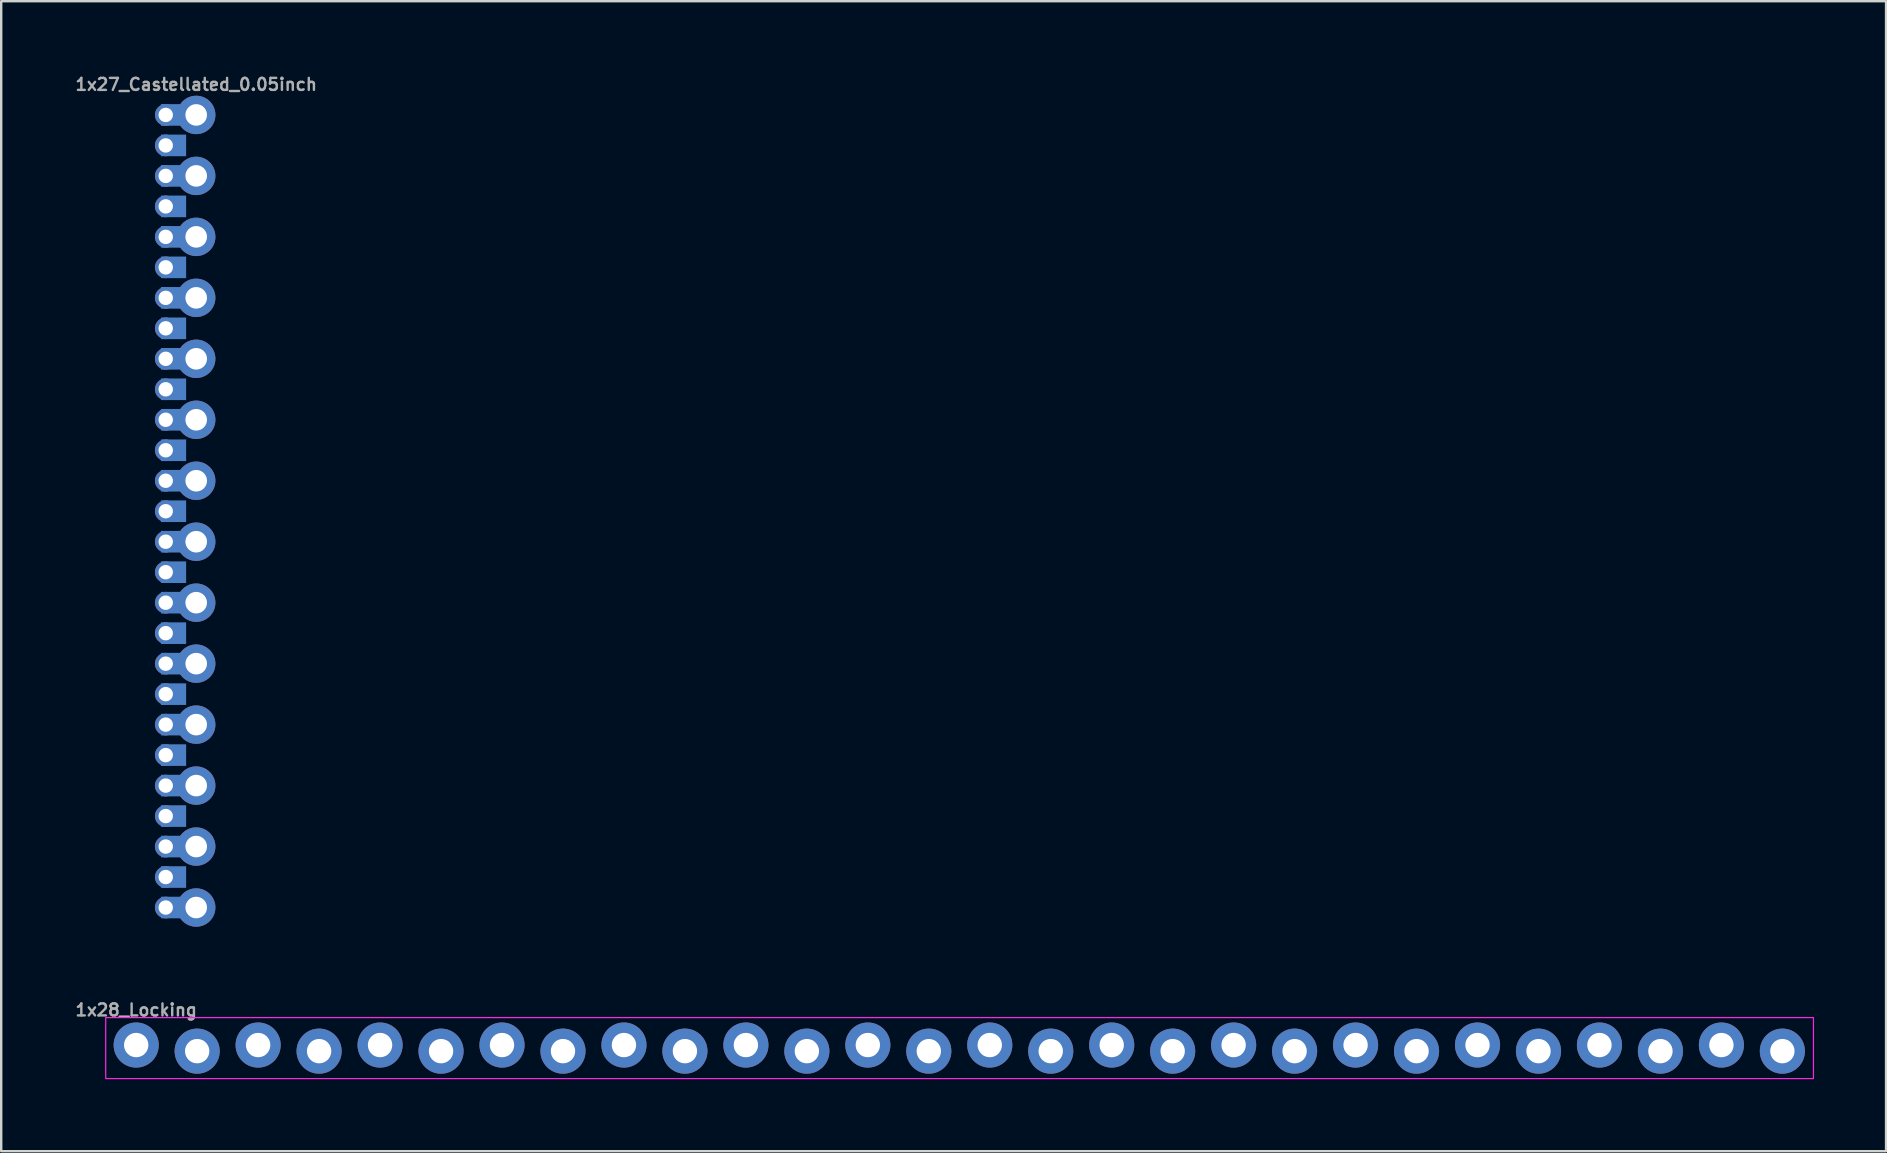
<source format=kicad_pcb>
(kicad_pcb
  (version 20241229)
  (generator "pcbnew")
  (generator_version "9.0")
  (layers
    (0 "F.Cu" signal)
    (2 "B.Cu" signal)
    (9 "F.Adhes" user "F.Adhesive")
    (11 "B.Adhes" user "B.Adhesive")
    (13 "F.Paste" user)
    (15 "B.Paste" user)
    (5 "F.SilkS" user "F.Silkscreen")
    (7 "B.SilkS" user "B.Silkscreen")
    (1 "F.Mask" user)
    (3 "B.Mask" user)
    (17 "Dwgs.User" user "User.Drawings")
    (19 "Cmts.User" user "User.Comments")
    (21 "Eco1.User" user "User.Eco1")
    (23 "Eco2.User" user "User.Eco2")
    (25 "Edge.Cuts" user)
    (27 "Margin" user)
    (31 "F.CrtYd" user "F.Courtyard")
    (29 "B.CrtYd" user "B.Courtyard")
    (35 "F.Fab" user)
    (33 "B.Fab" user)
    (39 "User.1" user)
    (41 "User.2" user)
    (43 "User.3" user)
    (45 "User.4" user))
  (footprint "1x27_Castellated_0.05inch"
    (layer "F.Cu")
    (at 5.124 34.758)
    (property "Reference" "1x27_Castellated_0.05inch" (at 0 -34.29 0) (layer "F.Fab") (effects (font (size 0.5 0.5) (thickness 0.1))))
    (pad "1" thru_hole circle (at -1.27 0) (size 0.9 0.9) (drill 0.6) (property pad_prop_castellated) (layers "*.Cu" "*.Mask"))
    (pad "1" smd rect (at -0.945 0) (size 1.05 0.9) (property pad_prop_castellated) (layers "B.Cu" "B.Mask"))
    (pad "1" thru_hole circle (at 0 0 90) (size 1.6 1.6) (drill 0.9) (layers "*.Cu" "F.Mask"))
    (pad "2" thru_hole circle (at -1.27 -1.27) (size 0.9 0.9) (drill 0.6) (property pad_prop_castellated) (layers "*.Cu" "*.Mask"))
    (pad "2" smd rect (at -0.945 -1.27) (size 1.05 0.9) (property pad_prop_castellated) (layers "B.Cu" "B.Mask"))
    (pad "3" thru_hole circle (at -1.27 -2.54) (size 0.9 0.9) (drill 0.6) (property pad_prop_castellated) (layers "*.Cu" "*.Mask"))
    (pad "3" smd rect (at -0.945 -2.54) (size 1.05 0.9) (property pad_prop_castellated) (layers "B.Cu" "B.Mask"))
    (pad "3" thru_hole circle (at 0 -2.54 90) (size 1.6 1.6) (drill 0.9) (layers "*.Cu" "F.Mask"))
    (pad "4" thru_hole circle (at -1.27 -3.81) (size 0.9 0.9) (drill 0.6) (property pad_prop_castellated) (layers "*.Cu" "*.Mask"))
    (pad "4" smd rect (at -0.945 -3.81) (size 1.05 0.9) (property pad_prop_castellated) (layers "B.Cu" "B.Mask"))
    (pad "5" thru_hole circle (at -1.27 -5.08) (size 0.9 0.9) (drill 0.6) (property pad_prop_castellated) (layers "*.Cu" "*.Mask"))
    (pad "5" smd rect (at -0.945 -5.08) (size 1.05 0.9) (property pad_prop_castellated) (layers "B.Cu" "B.Mask"))
    (pad "5" thru_hole circle (at 0 -5.08 90) (size 1.6 1.6) (drill 0.9) (layers "*.Cu" "F.Mask"))
    (pad "6" thru_hole circle (at -1.27 -6.35) (size 0.9 0.9) (drill 0.6) (property pad_prop_castellated) (layers "*.Cu" "*.Mask"))
    (pad "6" smd rect (at -0.945 -6.35) (size 1.05 0.9) (property pad_prop_castellated) (layers "B.Cu" "B.Mask"))
    (pad "7" thru_hole circle (at -1.27 -7.62) (size 0.9 0.9) (drill 0.6) (property pad_prop_castellated) (layers "*.Cu" "*.Mask"))
    (pad "7" smd rect (at -0.945 -7.62) (size 1.05 0.9) (property pad_prop_castellated) (layers "B.Cu" "B.Mask"))
    (pad "7" thru_hole circle (at 0 -7.62 90) (size 1.6 1.6) (drill 0.9) (layers "*.Cu" "F.Mask"))
    (pad "8" thru_hole circle (at -1.27 -8.89) (size 0.9 0.9) (drill 0.6) (property pad_prop_castellated) (layers "*.Cu" "*.Mask"))
    (pad "8" smd rect (at -0.945 -8.89) (size 1.05 0.9) (property pad_prop_castellated) (layers "B.Cu" "B.Mask"))
    (pad "9" thru_hole circle (at -1.27 -10.16) (size 0.9 0.9) (drill 0.6) (property pad_prop_castellated) (layers "*.Cu" "*.Mask"))
    (pad "9" smd rect (at -0.945 -10.16) (size 1.05 0.9) (property pad_prop_castellated) (layers "B.Cu" "B.Mask"))
    (pad "9" thru_hole circle (at 0 -10.16 90) (size 1.6 1.6) (drill 0.9) (layers "*.Cu" "F.Mask"))
    (pad "10" thru_hole circle (at -1.27 -11.43) (size 0.9 0.9) (drill 0.6) (property pad_prop_castellated) (layers "*.Cu" "*.Mask"))
    (pad "10" smd rect (at -0.945 -11.43) (size 1.05 0.9) (property pad_prop_castellated) (layers "B.Cu" "B.Mask"))
    (pad "11" thru_hole circle (at -1.27 -12.7) (size 0.9 0.9) (drill 0.6) (property pad_prop_castellated) (layers "*.Cu" "*.Mask"))
    (pad "11" smd rect (at -0.945 -12.7) (size 1.05 0.9) (property pad_prop_castellated) (layers "B.Cu" "B.Mask"))
    (pad "11" thru_hole circle (at 0 -12.7 90) (size 1.6 1.6) (drill 0.9) (layers "*.Cu" "F.Mask"))
    (pad "12" thru_hole circle (at -1.27 -13.97) (size 0.9 0.9) (drill 0.6) (property pad_prop_castellated) (layers "*.Cu" "*.Mask"))
    (pad "12" smd rect (at -0.945 -13.97) (size 1.05 0.9) (property pad_prop_castellated) (layers "B.Cu" "B.Mask"))
    (pad "13" thru_hole circle (at -1.27 -15.24) (size 0.9 0.9) (drill 0.6) (property pad_prop_castellated) (layers "*.Cu" "*.Mask"))
    (pad "13" smd rect (at -0.945 -15.24) (size 1.05 0.9) (property pad_prop_castellated) (layers "B.Cu" "B.Mask"))
    (pad "13" thru_hole circle (at 0 -15.24 90) (size 1.6 1.6) (drill 0.9) (layers "*.Cu" "F.Mask"))
    (pad "14" thru_hole circle (at -1.27 -16.51) (size 0.9 0.9) (drill 0.6) (property pad_prop_castellated) (layers "*.Cu" "*.Mask"))
    (pad "14" smd rect (at -0.945 -16.51) (size 1.05 0.9) (property pad_prop_castellated) (layers "B.Cu" "B.Mask"))
    (pad "15" thru_hole circle (at -1.27 -17.78) (size 0.9 0.9) (drill 0.6) (property pad_prop_castellated) (layers "*.Cu" "*.Mask"))
    (pad "15" smd rect (at -0.945 -17.78) (size 1.05 0.9) (property pad_prop_castellated) (layers "B.Cu" "B.Mask"))
    (pad "15" thru_hole circle (at 0 -17.78 90) (size 1.6 1.6) (drill 0.9) (layers "*.Cu" "F.Mask"))
    (pad "16" thru_hole circle (at -1.27 -19.05) (size 0.9 0.9) (drill 0.6) (property pad_prop_castellated) (layers "*.Cu" "*.Mask"))
    (pad "16" smd rect (at -0.945 -19.05) (size 1.05 0.9) (property pad_prop_castellated) (layers "B.Cu" "B.Mask"))
    (pad "17" thru_hole circle (at -1.27 -20.32) (size 0.9 0.9) (drill 0.6) (property pad_prop_castellated) (layers "*.Cu" "*.Mask"))
    (pad "17" smd rect (at -0.945 -20.32) (size 1.05 0.9) (property pad_prop_castellated) (layers "B.Cu" "B.Mask"))
    (pad "17" thru_hole circle (at 0 -20.32 90) (size 1.6 1.6) (drill 0.9) (layers "*.Cu" "F.Mask"))
    (pad "18" thru_hole circle (at -1.27 -21.59) (size 0.9 0.9) (drill 0.6) (property pad_prop_castellated) (layers "*.Cu" "*.Mask"))
    (pad "18" smd rect (at -0.945 -21.59) (size 1.05 0.9) (property pad_prop_castellated) (layers "B.Cu" "B.Mask"))
    (pad "19" thru_hole circle (at -1.27 -22.86) (size 0.9 0.9) (drill 0.6) (property pad_prop_castellated) (layers "*.Cu" "*.Mask"))
    (pad "19" smd rect (at -0.945 -22.86) (size 1.05 0.9) (property pad_prop_castellated) (layers "B.Cu" "B.Mask"))
    (pad "19" thru_hole circle (at 0 -22.86 90) (size 1.6 1.6) (drill 0.9) (layers "*.Cu" "F.Mask"))
    (pad "20" thru_hole circle (at -1.27 -24.13) (size 0.9 0.9) (drill 0.6) (property pad_prop_castellated) (layers "*.Cu" "*.Mask"))
    (pad "20" smd rect (at -0.945 -24.13) (size 1.05 0.9) (property pad_prop_castellated) (layers "B.Cu" "B.Mask"))
    (pad "21" thru_hole circle (at -1.27 -25.4) (size 0.9 0.9) (drill 0.6) (property pad_prop_castellated) (layers "*.Cu" "*.Mask"))
    (pad "21" smd rect (at -0.945 -25.4) (size 1.05 0.9) (property pad_prop_castellated) (layers "B.Cu" "B.Mask"))
    (pad "21" thru_hole circle (at 0 -25.4 90) (size 1.6 1.6) (drill 0.9) (layers "*.Cu" "F.Mask"))
    (pad "22" thru_hole circle (at -1.27 -26.67) (size 0.9 0.9) (drill 0.6) (property pad_prop_castellated) (layers "*.Cu" "*.Mask"))
    (pad "22" smd rect (at -0.945 -26.67) (size 1.05 0.9) (property pad_prop_castellated) (layers "B.Cu" "B.Mask"))
    (pad "23" thru_hole circle (at -1.27 -27.94) (size 0.9 0.9) (drill 0.6) (property pad_prop_castellated) (layers "*.Cu" "*.Mask"))
    (pad "23" smd rect (at -0.945 -27.94) (size 1.05 0.9) (property pad_prop_castellated) (layers "B.Cu" "B.Mask"))
    (pad "23" thru_hole circle (at 0 -27.94 90) (size 1.6 1.6) (drill 0.9) (layers "*.Cu" "F.Mask"))
    (pad "24" thru_hole circle (at -1.27 -29.21) (size 0.9 0.9) (drill 0.6) (property pad_prop_castellated) (layers "*.Cu" "*.Mask"))
    (pad "24" smd rect (at -0.945 -29.21) (size 1.05 0.9) (property pad_prop_castellated) (layers "B.Cu" "B.Mask"))
    (pad "25" thru_hole circle (at -1.27 -30.48) (size 0.9 0.9) (drill 0.6) (property pad_prop_castellated) (layers "*.Cu" "*.Mask"))
    (pad "25" smd rect (at -0.945 -30.48) (size 1.05 0.9) (property pad_prop_castellated) (layers "B.Cu" "B.Mask"))
    (pad "25" thru_hole circle (at 0 -30.48 90) (size 1.6 1.6) (drill 0.9) (layers "*.Cu" "F.Mask"))
    (pad "26" thru_hole circle (at -1.27 -31.75) (size 0.9 0.9) (drill 0.6) (property pad_prop_castellated) (layers "*.Cu" "*.Mask"))
    (pad "26" smd rect (at -0.945 -31.75) (size 1.05 0.9) (property pad_prop_castellated) (layers "B.Cu" "B.Mask"))
    (pad "27" thru_hole circle (at -1.27 -33.02) (size 0.9 0.9) (drill 0.6) (property pad_prop_castellated) (layers "*.Cu" "*.Mask"))
    (pad "27" smd rect (at -0.945 -33.02) (size 1.05 0.9) (property pad_prop_castellated) (layers "B.Cu" "B.Mask"))
    (pad "27" thru_hole circle (at 0 -33.02 90) (size 1.6 1.6) (drill 0.9) (layers "*.Cu" "F.Mask")))
  (footprint "1x28_Locking"
    (layer "F.Cu")
    (at 2.624 40.614)
    (property "Reference" "1x28_Locking" (at 0 -1.587 0) (layer "F.Fab") (effects (font (size 0.5 0.5) (thickness 0.1))))
    (fp_rect (start -1.27 -1.27) (end 69.875 1.27) (stroke (width 0.05) (type default)) (fill no) (layer "F.CrtYd"))
    (fp_poly (pts (xy -0.254 0.254) (xy 0.254 0.254) (xy 0.254 -0.254) (xy -0.254 -0.254)) (stroke (width 0.1) (type default)) (fill no) (layer "F.Fab"))
    (fp_poly (pts (xy 2.286 0.254) (xy 2.794 0.254) (xy 2.794 -0.254) (xy 2.286 -0.254)) (stroke (width 0.1) (type default)) (fill no) (layer "F.Fab"))
    (fp_poly (pts (xy 4.826 0.254) (xy 5.334 0.254) (xy 5.334 -0.254) (xy 4.826 -0.254)) (stroke (width 0.1) (type default)) (fill no) (layer "F.Fab"))
    (fp_poly (pts (xy 7.366 0.254) (xy 7.874 0.254) (xy 7.874 -0.254) (xy 7.366 -0.254)) (stroke (width 0.1) (type default)) (fill no) (layer "F.Fab"))
    (fp_poly (pts (xy 9.906 0.254) (xy 10.414 0.254) (xy 10.414 -0.254) (xy 9.906 -0.254)) (stroke (width 0.1) (type default)) (fill no) (layer "F.Fab"))
    (fp_poly (pts (xy 12.446 0.254) (xy 12.954 0.254) (xy 12.954 -0.254) (xy 12.446 -0.254)) (stroke (width 0.1) (type default)) (fill no) (layer "F.Fab"))
    (fp_poly (pts (xy 14.986 0.254) (xy 15.494 0.254) (xy 15.494 -0.254) (xy 14.986 -0.254)) (stroke (width 0.1) (type default)) (fill no) (layer "F.Fab"))
    (fp_poly (pts (xy 17.526 0.254) (xy 18.034 0.254) (xy 18.034 -0.254) (xy 17.526 -0.254)) (stroke (width 0.1) (type default)) (fill no) (layer "F.Fab"))
    (fp_poly (pts (xy 20.066 0.254) (xy 20.574 0.254) (xy 20.574 -0.254) (xy 20.066 -0.254)) (stroke (width 0.1) (type default)) (fill no) (layer "F.Fab"))
    (fp_poly (pts (xy 22.606 0.254) (xy 23.114 0.254) (xy 23.114 -0.254) (xy 22.606 -0.254)) (stroke (width 0.1) (type default)) (fill no) (layer "F.Fab"))
    (fp_poly (pts (xy 25.146 0.254) (xy 25.654 0.254) (xy 25.654 -0.254) (xy 25.146 -0.254)) (stroke (width 0.1) (type default)) (fill no) (layer "F.Fab"))
    (fp_poly (pts (xy 27.686 0.254) (xy 28.194 0.254) (xy 28.194 -0.254) (xy 27.686 -0.254)) (stroke (width 0.1) (type default)) (fill no) (layer "F.Fab"))
    (fp_poly (pts (xy 30.226 0.254) (xy 30.734 0.254) (xy 30.734 -0.254) (xy 30.226 -0.254)) (stroke (width 0.1) (type default)) (fill no) (layer "F.Fab"))
    (fp_poly (pts (xy 32.766 0.254) (xy 33.274 0.254) (xy 33.274 -0.254) (xy 32.766 -0.254)) (stroke (width 0.1) (type default)) (fill no) (layer "F.Fab"))
    (fp_poly (pts (xy 35.306 0.254) (xy 35.814 0.254) (xy 35.814 -0.254) (xy 35.306 -0.254)) (stroke (width 0.1) (type default)) (fill no) (layer "F.Fab"))
    (fp_poly (pts (xy 37.846 0.254) (xy 38.354 0.254) (xy 38.354 -0.254) (xy 37.846 -0.254)) (stroke (width 0.1) (type default)) (fill no) (layer "F.Fab"))
    (fp_poly (pts (xy 40.386 0.254) (xy 40.894 0.254) (xy 40.894 -0.254) (xy 40.386 -0.254)) (stroke (width 0.1) (type default)) (fill no) (layer "F.Fab"))
    (fp_poly (pts (xy 42.926 0.254) (xy 43.434 0.254) (xy 43.434 -0.254) (xy 42.926 -0.254)) (stroke (width 0.1) (type default)) (fill no) (layer "F.Fab"))
    (fp_poly (pts (xy 45.466 0.254) (xy 45.974 0.254) (xy 45.974 -0.254) (xy 45.466 -0.254)) (stroke (width 0.1) (type default)) (fill no) (layer "F.Fab"))
    (fp_poly (pts (xy 48.006 0.254) (xy 48.514 0.254) (xy 48.514 -0.254) (xy 48.006 -0.254)) (stroke (width 0.1) (type default)) (fill no) (layer "F.Fab"))
    (fp_poly (pts (xy 50.546 0.254) (xy 51.054 0.254) (xy 51.054 -0.254) (xy 50.546 -0.254)) (stroke (width 0.1) (type default)) (fill no) (layer "F.Fab"))
    (fp_poly (pts (xy 53.086 0.254) (xy 53.594 0.254) (xy 53.594 -0.254) (xy 53.086 -0.254)) (stroke (width 0.1) (type default)) (fill no) (layer "F.Fab"))
    (fp_poly (pts (xy 55.626 0.254) (xy 56.134 0.254) (xy 56.134 -0.254) (xy 55.626 -0.254)) (stroke (width 0.1) (type default)) (fill no) (layer "F.Fab"))
    (fp_poly (pts (xy 58.166 0.254) (xy 58.674 0.254) (xy 58.674 -0.254) (xy 58.166 -0.254)) (stroke (width 0.1) (type default)) (fill no) (layer "F.Fab"))
    (fp_poly (pts (xy 60.706 0.254) (xy 61.214 0.254) (xy 61.214 -0.254) (xy 60.706 -0.254)) (stroke (width 0.1) (type default)) (fill no) (layer "F.Fab"))
    (fp_poly (pts (xy 63.246 0.254) (xy 63.754 0.254) (xy 63.754 -0.254) (xy 63.246 -0.254)) (stroke (width 0.1) (type default)) (fill no) (layer "F.Fab"))
    (fp_poly (pts (xy 65.786 0.254) (xy 66.294 0.254) (xy 66.294 -0.254) (xy 65.786 -0.254)) (stroke (width 0.1) (type default)) (fill no) (layer "F.Fab"))
    (fp_poly (pts (xy 68.326 0.254) (xy 68.834 0.254) (xy 68.834 -0.254) (xy 68.326 -0.254)) (stroke (width 0.1) (type default)) (fill no) (layer "F.Fab"))
    (pad "1" thru_hole circle (at 0 -0.127 90) (size 1.88 1.88) (drill 1.016) (layers "*.Cu" "*.Mask"))
    (pad "2" thru_hole circle (at 2.54 0.127 90) (size 1.88 1.88) (drill 1.016) (layers "*.Cu" "*.Mask"))
    (pad "3" thru_hole circle (at 5.08 -0.127 90) (size 1.88 1.88) (drill 1.016) (layers "*.Cu" "*.Mask"))
    (pad "4" thru_hole circle (at 7.62 0.127 90) (size 1.88 1.88) (drill 1.016) (layers "*.Cu" "*.Mask"))
    (pad "5" thru_hole circle (at 10.16 -0.127 90) (size 1.88 1.88) (drill 1.016) (layers "*.Cu" "*.Mask"))
    (pad "6" thru_hole circle (at 12.7 0.127 90) (size 1.88 1.88) (drill 1.016) (layers "*.Cu" "*.Mask"))
    (pad "7" thru_hole circle (at 15.24 -0.127 90) (size 1.88 1.88) (drill 1.016) (layers "*.Cu" "*.Mask"))
    (pad "8" thru_hole circle (at 17.78 0.127 90) (size 1.88 1.88) (drill 1.016) (layers "*.Cu" "*.Mask"))
    (pad "9" thru_hole circle (at 20.32 -0.127 90) (size 1.88 1.88) (drill 1.016) (layers "*.Cu" "*.Mask"))
    (pad "10" thru_hole circle (at 22.86 0.127 90) (size 1.88 1.88) (drill 1.016) (layers "*.Cu" "*.Mask"))
    (pad "11" thru_hole circle (at 25.4 -0.127 90) (size 1.88 1.88) (drill 1.016) (layers "*.Cu" "*.Mask"))
    (pad "12" thru_hole circle (at 27.94 0.127 90) (size 1.88 1.88) (drill 1.016) (layers "*.Cu" "*.Mask"))
    (pad "13" thru_hole circle (at 30.48 -0.127 90) (size 1.88 1.88) (drill 1.016) (layers "*.Cu" "*.Mask"))
    (pad "14" thru_hole circle (at 33.02 0.127 90) (size 1.88 1.88) (drill 1.016) (layers "*.Cu" "*.Mask"))
    (pad "15" thru_hole circle (at 35.56 -0.127 90) (size 1.88 1.88) (drill 1.016) (layers "*.Cu" "*.Mask"))
    (pad "16" thru_hole circle (at 38.1 0.127 90) (size 1.88 1.88) (drill 1.016) (layers "*.Cu" "*.Mask"))
    (pad "17" thru_hole circle (at 40.64 -0.127 90) (size 1.88 1.88) (drill 1.016) (layers "*.Cu" "*.Mask"))
    (pad "18" thru_hole circle (at 43.18 0.127 90) (size 1.88 1.88) (drill 1.016) (layers "*.Cu" "*.Mask"))
    (pad "19" thru_hole circle (at 45.72 -0.127 90) (size 1.88 1.88) (drill 1.016) (layers "*.Cu" "*.Mask"))
    (pad "20" thru_hole circle (at 48.26 0.127 90) (size 1.88 1.88) (drill 1.016) (layers "*.Cu" "*.Mask"))
    (pad "21" thru_hole circle (at 50.8 -0.127 90) (size 1.88 1.88) (drill 1.016) (layers "*.Cu" "*.Mask"))
    (pad "22" thru_hole circle (at 53.34 0.127 90) (size 1.88 1.88) (drill 1.016) (layers "*.Cu" "*.Mask"))
    (pad "23" thru_hole circle (at 55.88 -0.127 90) (size 1.88 1.88) (drill 1.016) (layers "*.Cu" "*.Mask"))
    (pad "24" thru_hole circle (at 58.42 0.127 90) (size 1.88 1.88) (drill 1.016) (layers "*.Cu" "*.Mask"))
    (pad "25" thru_hole circle (at 60.96 -0.127 90) (size 1.88 1.88) (drill 1.016) (layers "*.Cu" "*.Mask"))
    (pad "26" thru_hole circle (at 63.5 0.127 90) (size 1.88 1.88) (drill 1.016) (layers "*.Cu" "*.Mask"))
    (pad "27" thru_hole circle (at 66.04 -0.127 90) (size 1.88 1.88) (drill 1.016) (layers "*.Cu" "*.Mask"))
    (pad "28" thru_hole circle (at 68.58 0.127 90) (size 1.88 1.88) (drill 1.016) (layers "*.Cu" "*.Mask")))
  (gr_rect
    (start -3 -3)
    (end 75.524 44.908)
    (stroke (width 0.1) (type default))
    (fill no)
    (layer "Edge.Cuts")))
</source>
